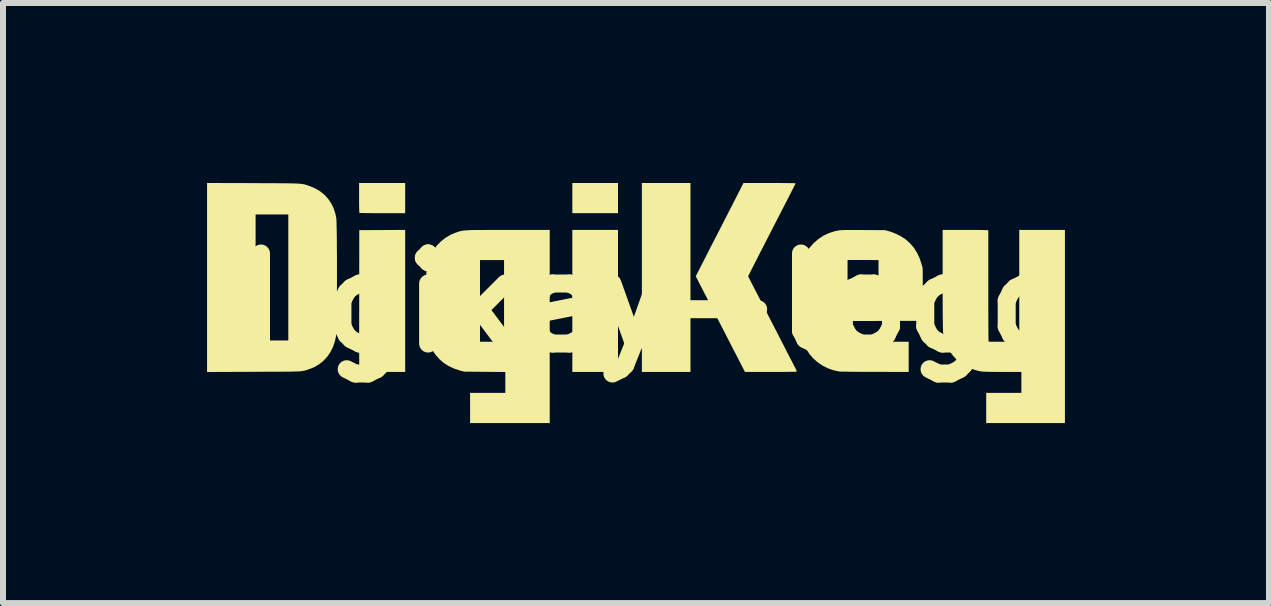
<source format=kicad_pcb>
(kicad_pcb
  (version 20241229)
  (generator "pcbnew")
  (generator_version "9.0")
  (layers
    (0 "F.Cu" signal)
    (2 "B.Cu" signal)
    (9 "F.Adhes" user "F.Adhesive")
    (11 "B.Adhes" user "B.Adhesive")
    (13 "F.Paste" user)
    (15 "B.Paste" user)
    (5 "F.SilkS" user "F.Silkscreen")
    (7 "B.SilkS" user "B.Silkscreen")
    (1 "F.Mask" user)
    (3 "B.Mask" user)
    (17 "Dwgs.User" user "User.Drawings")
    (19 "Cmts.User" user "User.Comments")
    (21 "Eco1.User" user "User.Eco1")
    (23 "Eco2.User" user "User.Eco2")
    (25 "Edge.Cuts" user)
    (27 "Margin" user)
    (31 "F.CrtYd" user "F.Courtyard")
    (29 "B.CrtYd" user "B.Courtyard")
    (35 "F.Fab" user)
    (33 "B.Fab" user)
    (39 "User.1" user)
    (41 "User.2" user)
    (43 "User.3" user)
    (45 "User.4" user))
  (footprint "digikey-logo"
    (layer "F.Cu")
    (at 7.55 1.997)
    (property "Reference" "digikey-logo" (at 0 0 0) (layer "F.SilkS") (effects (font (size 1.5 1.5) (thickness 0.3))))
    (attr board_only exclude_from_pos_files exclude_from_bom)
    (fp_poly (pts (xy -0.3 -1.745) (xy -0.3 -1.494) (xy -0.681 -1.494) (xy -1.061 -1.494) (xy -1.061 -1.745) (xy -1.061 -1.997) (xy -0.681 -1.997) (xy -0.3 -1.997)) (stroke (width 0) (type solid)) (fill yes) (layer "F.SilkS"))
    (fp_poly (pts (xy -0.3 -0.031) (xy -0.3 1.152) (xy -0.681 1.152) (xy -1.061 1.152) (xy -1.061 -0.031) (xy -1.061 -1.215) (xy -0.681 -1.215) (xy -0.3 -1.215)) (stroke (width 0) (type solid)) (fill yes) (layer "F.SilkS"))
    (fp_poly (pts (xy 0.908 -0.422) (xy 0.908 1.152) (xy 0.503 1.152) (xy 0.098 1.152) (xy 0.098 -0.422) (xy 0.098 -1.997) (xy 0.503 -1.997) (xy 0.908 -1.997)) (stroke (width 0) (type solid)) (fill yes) (layer "F.SilkS"))
    (fp_poly (pts (xy -3.847 -1.745) (xy -3.847 -1.494) (xy -4.226 -1.494) (xy -4.298 -1.494) (xy -4.365 -1.494) (xy -4.427 -1.495) (xy -4.482 -1.495) (xy -4.529 -1.496) (xy -4.566 -1.497) (xy -4.593 -1.497) (xy -4.608 -1.498) (xy -4.61 -1.499) (xy -4.611 -1.507) (xy -4.612 -1.527) (xy -4.613 -1.558) (xy -4.614 -1.598) (xy -4.615 -1.645) (xy -4.615 -1.699) (xy -4.615 -1.75) (xy -4.615 -1.997) (xy -4.231 -1.997) (xy -3.847 -1.997)) (stroke (width 0) (type solid)) (fill yes) (layer "F.SilkS"))
    (fp_poly (pts (xy -3.847 -0.031) (xy -3.847 1.152) (xy -4.228 1.152) (xy -4.314 1.152) (xy -4.387 1.152) (xy -4.448 1.151) (xy -4.498 1.151) (xy -4.538 1.15) (xy -4.568 1.149) (xy -4.589 1.148) (xy -4.603 1.146) (xy -4.61 1.145) (xy -4.612 1.143) (xy -4.612 1.135) (xy -4.612 1.114) (xy -4.613 1.081) (xy -4.613 1.036) (xy -4.613 0.979) (xy -4.613 0.912) (xy -4.614 0.836) (xy -4.614 0.751) (xy -4.614 0.658) (xy -4.614 0.557) (xy -4.614 0.45) (xy -4.614 0.336) (xy -4.614 0.218) (xy -4.613 0.095) (xy -4.613 -0.032) (xy -4.613 -0.038) (xy -4.612 -1.211) (xy -4.229 -1.213) (xy -3.847 -1.215)) (stroke (width 0) (type solid)) (fill yes) (layer "F.SilkS"))
    (fp_poly (pts (xy 5.577 -1.215) (xy 5.65 -1.215) (xy 5.711 -1.214) (xy 5.76 -1.214) (xy 5.799 -1.213) (xy 5.829 -1.212) (xy 5.85 -1.211) (xy 5.864 -1.209) (xy 5.87 -1.208) (xy 5.872 -1.206) (xy 5.872 -1.198) (xy 5.872 -1.177) (xy 5.872 -1.144) (xy 5.872 -1.099) (xy 5.872 -1.043) (xy 5.872 -0.978) (xy 5.872 -0.904) (xy 5.872 -0.821) (xy 5.872 -0.732) (xy 5.872 -0.636) (xy 5.872 -0.534) (xy 5.872 -0.427) (xy 5.872 -0.316) (xy 5.872 -0.291) (xy 5.872 -0.179) (xy 5.872 -0.071) (xy 5.872 0.032) (xy 5.872 0.13) (xy 5.873 0.222) (xy 5.873 0.307) (xy 5.873 0.384) (xy 5.874 0.452) (xy 5.874 0.51) (xy 5.874 0.559) (xy 5.875 0.595) (xy 5.875 0.62) (xy 5.876 0.632) (xy 5.876 0.633) (xy 5.88 0.649) (xy 6.134 0.649) (xy 6.388 0.649) (xy 6.388 -0.283) (xy 6.388 -1.215) (xy 6.769 -1.215) (xy 7.149 -1.215) (xy 7.149 0.394) (xy 7.149 2.004) (xy 6.493 2.004) (xy 5.837 2.004) (xy 5.837 1.752) (xy 5.837 1.501) (xy 6.13 1.501) (xy 6.423 1.501) (xy 6.423 1.327) (xy 6.423 1.152) (xy 6.121 1.152) (xy 6.053 1.152) (xy 5.987 1.151) (xy 5.927 1.151) (xy 5.872 1.15) (xy 5.826 1.148) (xy 5.79 1.147) (xy 5.765 1.145) (xy 5.76 1.145) (xy 5.711 1.136) (xy 5.656 1.121) (xy 5.598 1.102) (xy 5.544 1.081) (xy 5.511 1.066) (xy 5.428 1.016) (xy 5.353 0.956) (xy 5.287 0.886) (xy 5.23 0.808) (xy 5.184 0.722) (xy 5.148 0.63) (xy 5.125 0.533) (xy 5.118 0.486) (xy 5.117 0.467) (xy 5.116 0.434) (xy 5.115 0.387) (xy 5.114 0.327) (xy 5.113 0.254) (xy 5.112 0.168) (xy 5.112 0.068) (xy 5.111 -0.044) (xy 5.111 -0.168) (xy 5.111 -0.305) (xy 5.111 -0.398) (xy 5.111 -1.215) (xy 5.491 -1.215)) (stroke (width 0) (type solid)) (fill yes) (layer "F.SilkS"))
    (fp_poly (pts (xy -6.38 -1.995) (xy -6.257 -1.994) (xy -6.147 -1.994) (xy -6.05 -1.994) (xy -5.964 -1.993) (xy -5.889 -1.993) (xy -5.823 -1.992) (xy -5.766 -1.991) (xy -5.717 -1.99) (xy -5.675 -1.989) (xy -5.639 -1.987) (xy -5.609 -1.985) (xy -5.583 -1.983) (xy -5.56 -1.98) (xy -5.541 -1.977) (xy -5.523 -1.973) (xy -5.506 -1.968) (xy -5.49 -1.963) (xy -5.473 -1.958) (xy -5.454 -1.951) (xy -5.439 -1.946) (xy -5.348 -1.908) (xy -5.265 -1.859) (xy -5.193 -1.801) (xy -5.131 -1.734) (xy -5.079 -1.657) (xy -5.038 -1.573) (xy -5.009 -1.48) (xy -4.996 -1.417) (xy -4.994 -1.399) (xy -4.992 -1.368) (xy -4.991 -1.325) (xy -4.99 -1.271) (xy -4.988 -1.208) (xy -4.987 -1.135) (xy -4.986 -1.056) (xy -4.986 -0.969) (xy -4.985 -0.877) (xy -4.984 -0.78) (xy -4.984 -0.68) (xy -4.984 -0.578) (xy -4.984 -0.474) (xy -4.984 -0.37) (xy -4.984 -0.266) (xy -4.984 -0.164) (xy -4.985 -0.065) (xy -4.985 0.03) (xy -4.986 0.12) (xy -4.987 0.204) (xy -4.988 0.282) (xy -4.989 0.351) (xy -4.99 0.411) (xy -4.992 0.461) (xy -4.993 0.5) (xy -4.995 0.527) (xy -4.996 0.536) (xy -5.017 0.638) (xy -5.049 0.733) (xy -5.092 0.819) (xy -5.145 0.896) (xy -5.207 0.964) (xy -5.278 1.022) (xy -5.358 1.07) (xy -5.447 1.106) (xy -5.466 1.112) (xy -5.482 1.118) (xy -5.498 1.123) (xy -5.513 1.127) (xy -5.529 1.131) (xy -5.546 1.135) (xy -5.565 1.138) (xy -5.588 1.14) (xy -5.614 1.142) (xy -5.645 1.144) (xy -5.682 1.145) (xy -5.726 1.146) (xy -5.777 1.147) (xy -5.836 1.148) (xy -5.904 1.148) (xy -5.982 1.149) (xy -6.071 1.149) (xy -6.172 1.149) (xy -6.285 1.15) (xy -6.373 1.15) (xy -7.149 1.153) (xy -7.149 -0.422) (xy -7.149 -0.422) (xy -6.34 -0.422) (xy -6.34 0.628) (xy -6.067 0.628) (xy -5.795 0.628) (xy -5.795 -0.422) (xy -5.795 -1.473) (xy -6.067 -1.473) (xy -6.34 -1.473) (xy -6.34 -0.422) (xy -7.149 -0.422) (xy -7.149 -1.997)) (stroke (width 0) (type solid)) (fill yes) (layer "F.SilkS"))
    (fp_poly (pts (xy 3.74 -1.214) (xy 3.795 -1.213) (xy 4.151 -1.211) (xy 4.221 -1.192) (xy 4.285 -1.17) (xy 4.353 -1.141) (xy 4.418 -1.107) (xy 4.477 -1.07) (xy 4.501 -1.052) (xy 4.574 -0.985) (xy 4.637 -0.91) (xy 4.689 -0.825) (xy 4.732 -0.731) (xy 4.76 -0.643) (xy 4.778 -0.576) (xy 4.781 -0.138) (xy 4.783 0.3) (xy 4.156 0.302) (xy 3.529 0.304) (xy 3.527 0.477) (xy 3.526 0.649) (xy 4.035 0.649) (xy 4.545 0.649) (xy 4.545 0.901) (xy 4.545 1.152) (xy 3.985 1.151) (xy 3.897 1.151) (xy 3.812 1.151) (xy 3.731 1.15) (xy 3.656 1.15) (xy 3.588 1.149) (xy 3.527 1.148) (xy 3.476 1.147) (xy 3.434 1.146) (xy 3.404 1.146) (xy 3.387 1.145) (xy 3.384 1.144) (xy 3.286 1.123) (xy 3.192 1.089) (xy 3.103 1.043) (xy 3.021 0.986) (xy 2.955 0.927) (xy 2.892 0.854) (xy 2.841 0.775) (xy 2.799 0.689) (xy 2.767 0.594) (xy 2.764 0.582) (xy 2.747 0.52) (xy 2.747 -0.028) (xy 2.747 -0.128) (xy 2.747 -0.216) (xy 2.747 -0.291) (xy 2.748 -0.356) (xy 2.748 -0.41) (xy 2.748 -0.456) (xy 2.749 -0.494) (xy 2.75 -0.525) (xy 2.751 -0.55) (xy 2.752 -0.57) (xy 2.753 -0.587) (xy 2.755 -0.6) (xy 2.757 -0.612) (xy 2.759 -0.623) (xy 2.762 -0.635) (xy 2.763 -0.639) (xy 2.786 -0.711) (xy 3.526 -0.711) (xy 3.526 -0.457) (xy 3.526 -0.202) (xy 3.784 -0.202) (xy 4.042 -0.202) (xy 4.042 -0.457) (xy 4.042 -0.712) (xy 3.803 -0.714) (xy 3.746 -0.714) (xy 3.693 -0.714) (xy 3.645 -0.714) (xy 3.604 -0.714) (xy 3.573 -0.714) (xy 3.552 -0.714) (xy 3.545 -0.713) (xy 3.526 -0.711) (xy 2.786 -0.711) (xy 2.794 -0.737) (xy 2.832 -0.823) (xy 2.88 -0.9) (xy 2.891 -0.916) (xy 2.961 -0.995) (xy 3.038 -1.062) (xy 3.122 -1.118) (xy 3.213 -1.161) (xy 3.312 -1.193) (xy 3.386 -1.208) (xy 3.405 -1.21) (xy 3.434 -1.211) (xy 3.472 -1.213) (xy 3.521 -1.214) (xy 3.582 -1.214) (xy 3.655 -1.214)) (stroke (width 0) (type solid)) (fill yes) (layer "F.SilkS"))
    (fp_poly (pts (xy -1.438 0.394) (xy -1.438 2.004) (xy -2.102 2.004) (xy -2.765 2.004) (xy -2.765 1.752) (xy -2.765 1.501) (xy -2.472 1.501) (xy -2.178 1.501) (xy -2.178 1.327) (xy -2.178 1.153) (xy -2.522 1.15) (xy -2.866 1.147) (xy -2.936 1.128) (xy -3.03 1.097) (xy -3.117 1.056) (xy -3.149 1.038) (xy -3.177 1.02) (xy -3.2 1.005) (xy -3.219 0.99) (xy -3.24 0.972) (xy -3.265 0.948) (xy -3.28 0.934) (xy -3.341 0.866) (xy -3.391 0.794) (xy -3.433 0.713) (xy -3.451 0.667) (xy -3.459 0.646) (xy -3.466 0.628) (xy -3.471 0.611) (xy -3.476 0.594) (xy -3.48 0.577) (xy -3.484 0.557) (xy -3.487 0.534) (xy -3.489 0.506) (xy -3.491 0.474) (xy -3.492 0.435) (xy -3.493 0.388) (xy -3.494 0.334) (xy -3.495 0.269) (xy -3.495 0.194) (xy -3.496 0.107) (xy -3.496 0.007) (xy -3.496 0.001) (xy -3.496 -0.031) (xy -2.716 -0.031) (xy -2.716 0.649) (xy -2.458 0.649) (xy -2.199 0.649) (xy -2.199 -0.031) (xy -2.199 -0.712) (xy -2.458 -0.712) (xy -2.716 -0.712) (xy -2.716 -0.031) (xy -3.496 -0.031) (xy -3.497 -0.103) (xy -3.497 -0.194) (xy -3.497 -0.274) (xy -3.497 -0.343) (xy -3.496 -0.402) (xy -3.496 -0.453) (xy -3.494 -0.496) (xy -3.492 -0.533) (xy -3.49 -0.564) (xy -3.487 -0.591) (xy -3.483 -0.615) (xy -3.479 -0.637) (xy -3.474 -0.658) (xy -3.467 -0.678) (xy -3.46 -0.7) (xy -3.455 -0.716) (xy -3.439 -0.759) (xy -3.425 -0.794) (xy -3.408 -0.826) (xy -3.387 -0.861) (xy -3.373 -0.883) (xy -3.316 -0.958) (xy -3.248 -1.026) (xy -3.173 -1.085) (xy -3.091 -1.134) (xy -3.005 -1.17) (xy -2.988 -1.176) (xy -2.968 -1.182) (xy -2.95 -1.188) (xy -2.933 -1.193) (xy -2.916 -1.197) (xy -2.897 -1.2) (xy -2.877 -1.204) (xy -2.853 -1.206) (xy -2.826 -1.208) (xy -2.794 -1.21) (xy -2.756 -1.212) (xy -2.712 -1.213) (xy -2.66 -1.214) (xy -2.599 -1.214) (xy -2.53 -1.214) (xy -2.45 -1.215) (xy -2.359 -1.215) (xy -2.256 -1.215) (xy -2.14 -1.215) (xy -2.129 -1.215) (xy -1.438 -1.215)) (stroke (width 0) (type solid)) (fill yes) (layer "F.SilkS"))
    (fp_poly (pts (xy 2.302 -1.997) (xy 2.374 -1.997) (xy 2.441 -1.996) (xy 2.501 -1.996) (xy 2.553 -1.995) (xy 2.596 -1.995) (xy 2.629 -1.994) (xy 2.651 -1.993) (xy 2.66 -1.992) (xy 2.66 -1.992) (xy 2.658 -1.987) (xy 2.651 -1.972) (xy 2.639 -1.948) (xy 2.622 -1.914) (xy 2.599 -1.87) (xy 2.572 -1.815) (xy 2.538 -1.749) (xy 2.499 -1.673) (xy 2.453 -1.584) (xy 2.405 -1.491) (xy 2.334 -1.352) (xy 2.269 -1.226) (xy 2.21 -1.11) (xy 2.156 -1.006) (xy 2.108 -0.911) (xy 2.064 -0.827) (xy 2.026 -0.751) (xy 1.991 -0.683) (xy 1.961 -0.624) (xy 1.934 -0.571) (xy 1.926 -0.555) (xy 1.869 -0.442) (xy 1.958 -0.268) (xy 1.985 -0.216) (xy 2.013 -0.161) (xy 2.041 -0.107) (xy 2.067 -0.057) (xy 2.089 -0.014) (xy 2.102 0.01) (xy 2.122 0.049) (xy 2.146 0.097) (xy 2.173 0.149) (xy 2.2 0.203) (xy 2.226 0.253) (xy 2.231 0.262) (xy 2.256 0.312) (xy 2.284 0.365) (xy 2.311 0.418) (xy 2.336 0.466) (xy 2.357 0.507) (xy 2.36 0.513) (xy 2.379 0.551) (xy 2.404 0.598) (xy 2.43 0.65) (xy 2.458 0.704) (xy 2.485 0.756) (xy 2.492 0.771) (xy 2.518 0.822) (xy 2.546 0.876) (xy 2.573 0.929) (xy 2.599 0.978) (xy 2.62 1.02) (xy 2.626 1.031) (xy 2.644 1.066) (xy 2.66 1.097) (xy 2.672 1.122) (xy 2.679 1.138) (xy 2.681 1.144) (xy 2.677 1.146) (xy 2.665 1.147) (xy 2.645 1.149) (xy 2.615 1.15) (xy 2.574 1.15) (xy 2.523 1.151) (xy 2.461 1.152) (xy 2.386 1.152) (xy 2.298 1.152) (xy 2.249 1.152) (xy 1.816 1.152) (xy 1.738 1) (xy 1.679 0.885) (xy 1.615 0.762) (xy 1.549 0.634) (xy 1.483 0.505) (xy 1.419 0.38) (xy 1.358 0.262) (xy 1.337 0.22) (xy 1.312 0.171) (xy 1.286 0.121) (xy 1.261 0.071) (xy 1.238 0.026) (xy 1.219 -0.01) (xy 1.215 -0.017) (xy 1.198 -0.05) (xy 1.177 -0.091) (xy 1.152 -0.139) (xy 1.125 -0.191) (xy 1.099 -0.243) (xy 1.082 -0.275) (xy 0.996 -0.442) (xy 1.035 -0.519) (xy 1.049 -0.546) (xy 1.068 -0.583) (xy 1.09 -0.627) (xy 1.116 -0.676) (xy 1.142 -0.728) (xy 1.169 -0.78) (xy 1.171 -0.785) (xy 1.2 -0.842) (xy 1.233 -0.907) (xy 1.269 -0.977) (xy 1.306 -1.048) (xy 1.342 -1.118) (xy 1.374 -1.181) (xy 1.379 -1.19) (xy 1.41 -1.251) (xy 1.444 -1.317) (xy 1.478 -1.385) (xy 1.512 -1.45) (xy 1.543 -1.511) (xy 1.57 -1.564) (xy 1.576 -1.574) (xy 1.604 -1.628) (xy 1.633 -1.686) (xy 1.663 -1.744) (xy 1.691 -1.8) (xy 1.716 -1.849) (xy 1.727 -1.869) (xy 1.791 -1.997) (xy 2.225 -1.997)) (stroke (width 0) (type solid)) (fill yes) (layer "F.SilkS")))
  (gr_rect
    (start -3 -3)
    (end 18.1 7.001)
    (stroke (width 0.1) (type default))
    (fill no)
    (layer "Edge.Cuts")))
</source>
